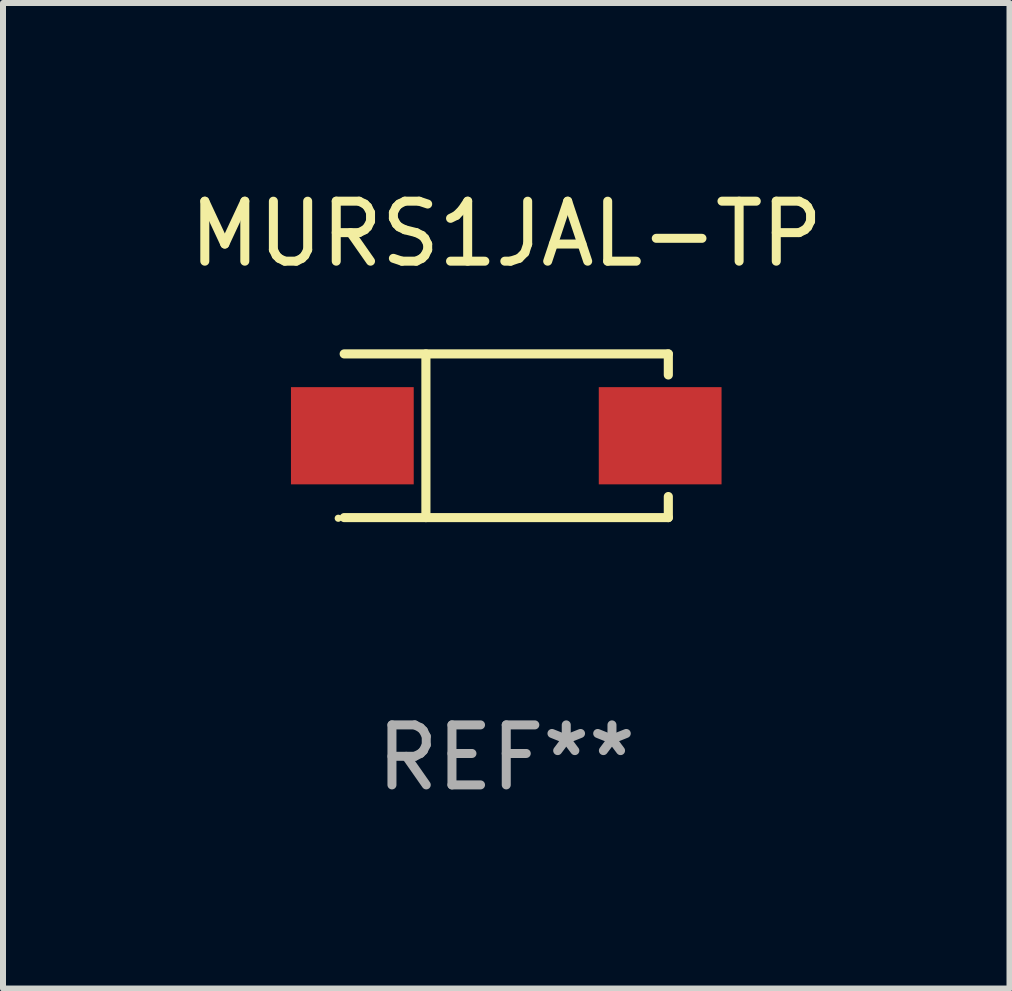
<source format=kicad_pcb>
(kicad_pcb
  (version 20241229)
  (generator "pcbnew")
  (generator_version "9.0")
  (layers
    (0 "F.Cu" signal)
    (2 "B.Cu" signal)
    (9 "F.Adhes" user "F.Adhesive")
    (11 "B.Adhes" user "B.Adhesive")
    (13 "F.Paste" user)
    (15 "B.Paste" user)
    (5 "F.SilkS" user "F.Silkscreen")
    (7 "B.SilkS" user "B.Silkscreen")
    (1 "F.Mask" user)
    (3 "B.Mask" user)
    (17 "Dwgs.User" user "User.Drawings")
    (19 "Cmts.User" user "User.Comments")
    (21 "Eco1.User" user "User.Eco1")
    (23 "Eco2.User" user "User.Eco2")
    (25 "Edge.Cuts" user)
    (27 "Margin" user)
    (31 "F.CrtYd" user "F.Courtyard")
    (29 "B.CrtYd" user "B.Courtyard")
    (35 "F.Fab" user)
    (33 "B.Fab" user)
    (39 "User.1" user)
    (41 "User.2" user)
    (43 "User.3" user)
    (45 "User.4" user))
  (footprint "MURS1JAL-TP"
    (layer "F.Cu")
    (at 5.387 4.212)
    (property "Reference" "MURS1JAL-TP" (at 0 -3.364 0) (layer "F.SilkS") (effects (font (size 1 1) (thickness 0.15))))
    (attr through_hole)
    (fp_line (start -2.701 -1.364) (end 2.701 -1.364) (stroke (width 0.152) (type solid)) (layer "F.SilkS"))
    (fp_line (start -2.701 1.364) (end 2.701 1.364) (stroke (width 0.152) (type solid)) (layer "F.SilkS"))
    (fp_line (start -1.339 -1.364) (end -1.339 1.364) (stroke (width 0.152) (type solid)) (layer "F.SilkS"))
    (fp_line (start 2.701 -1.364) (end 2.701 -1.013) (stroke (width 0.152) (type solid)) (layer "F.SilkS"))
    (fp_line (start 2.701 1.364) (end 2.701 1.013) (stroke (width 0.152) (type solid)) (layer "F.SilkS"))
    (fp_circle (center -2.8 1.375) (end -2.77 1.375) (stroke (width 0.06) (type solid)) (fill no) (layer "F.SilkS"))
    (fp_text user "REF**" (at 0 5.364 0) (layer "F.Fab") (effects (font (size 1 1) (thickness 0.15))))
    (pad "1" smd rect (at -2.565 -0.000025) (size 2.046 1.62) (layers "F.Cu" "F.Mask" "F.Paste"))
    (pad "2" smd rect (at 2.565 -0.000025) (size 2.046 1.62) (layers "F.Cu" "F.Mask" "F.Paste")))
  (gr_rect
    (start -3 -3)
    (end 13.774 13.424)
    (stroke (width 0.1) (type default))
    (fill no)
    (layer "Edge.Cuts")))
</source>
